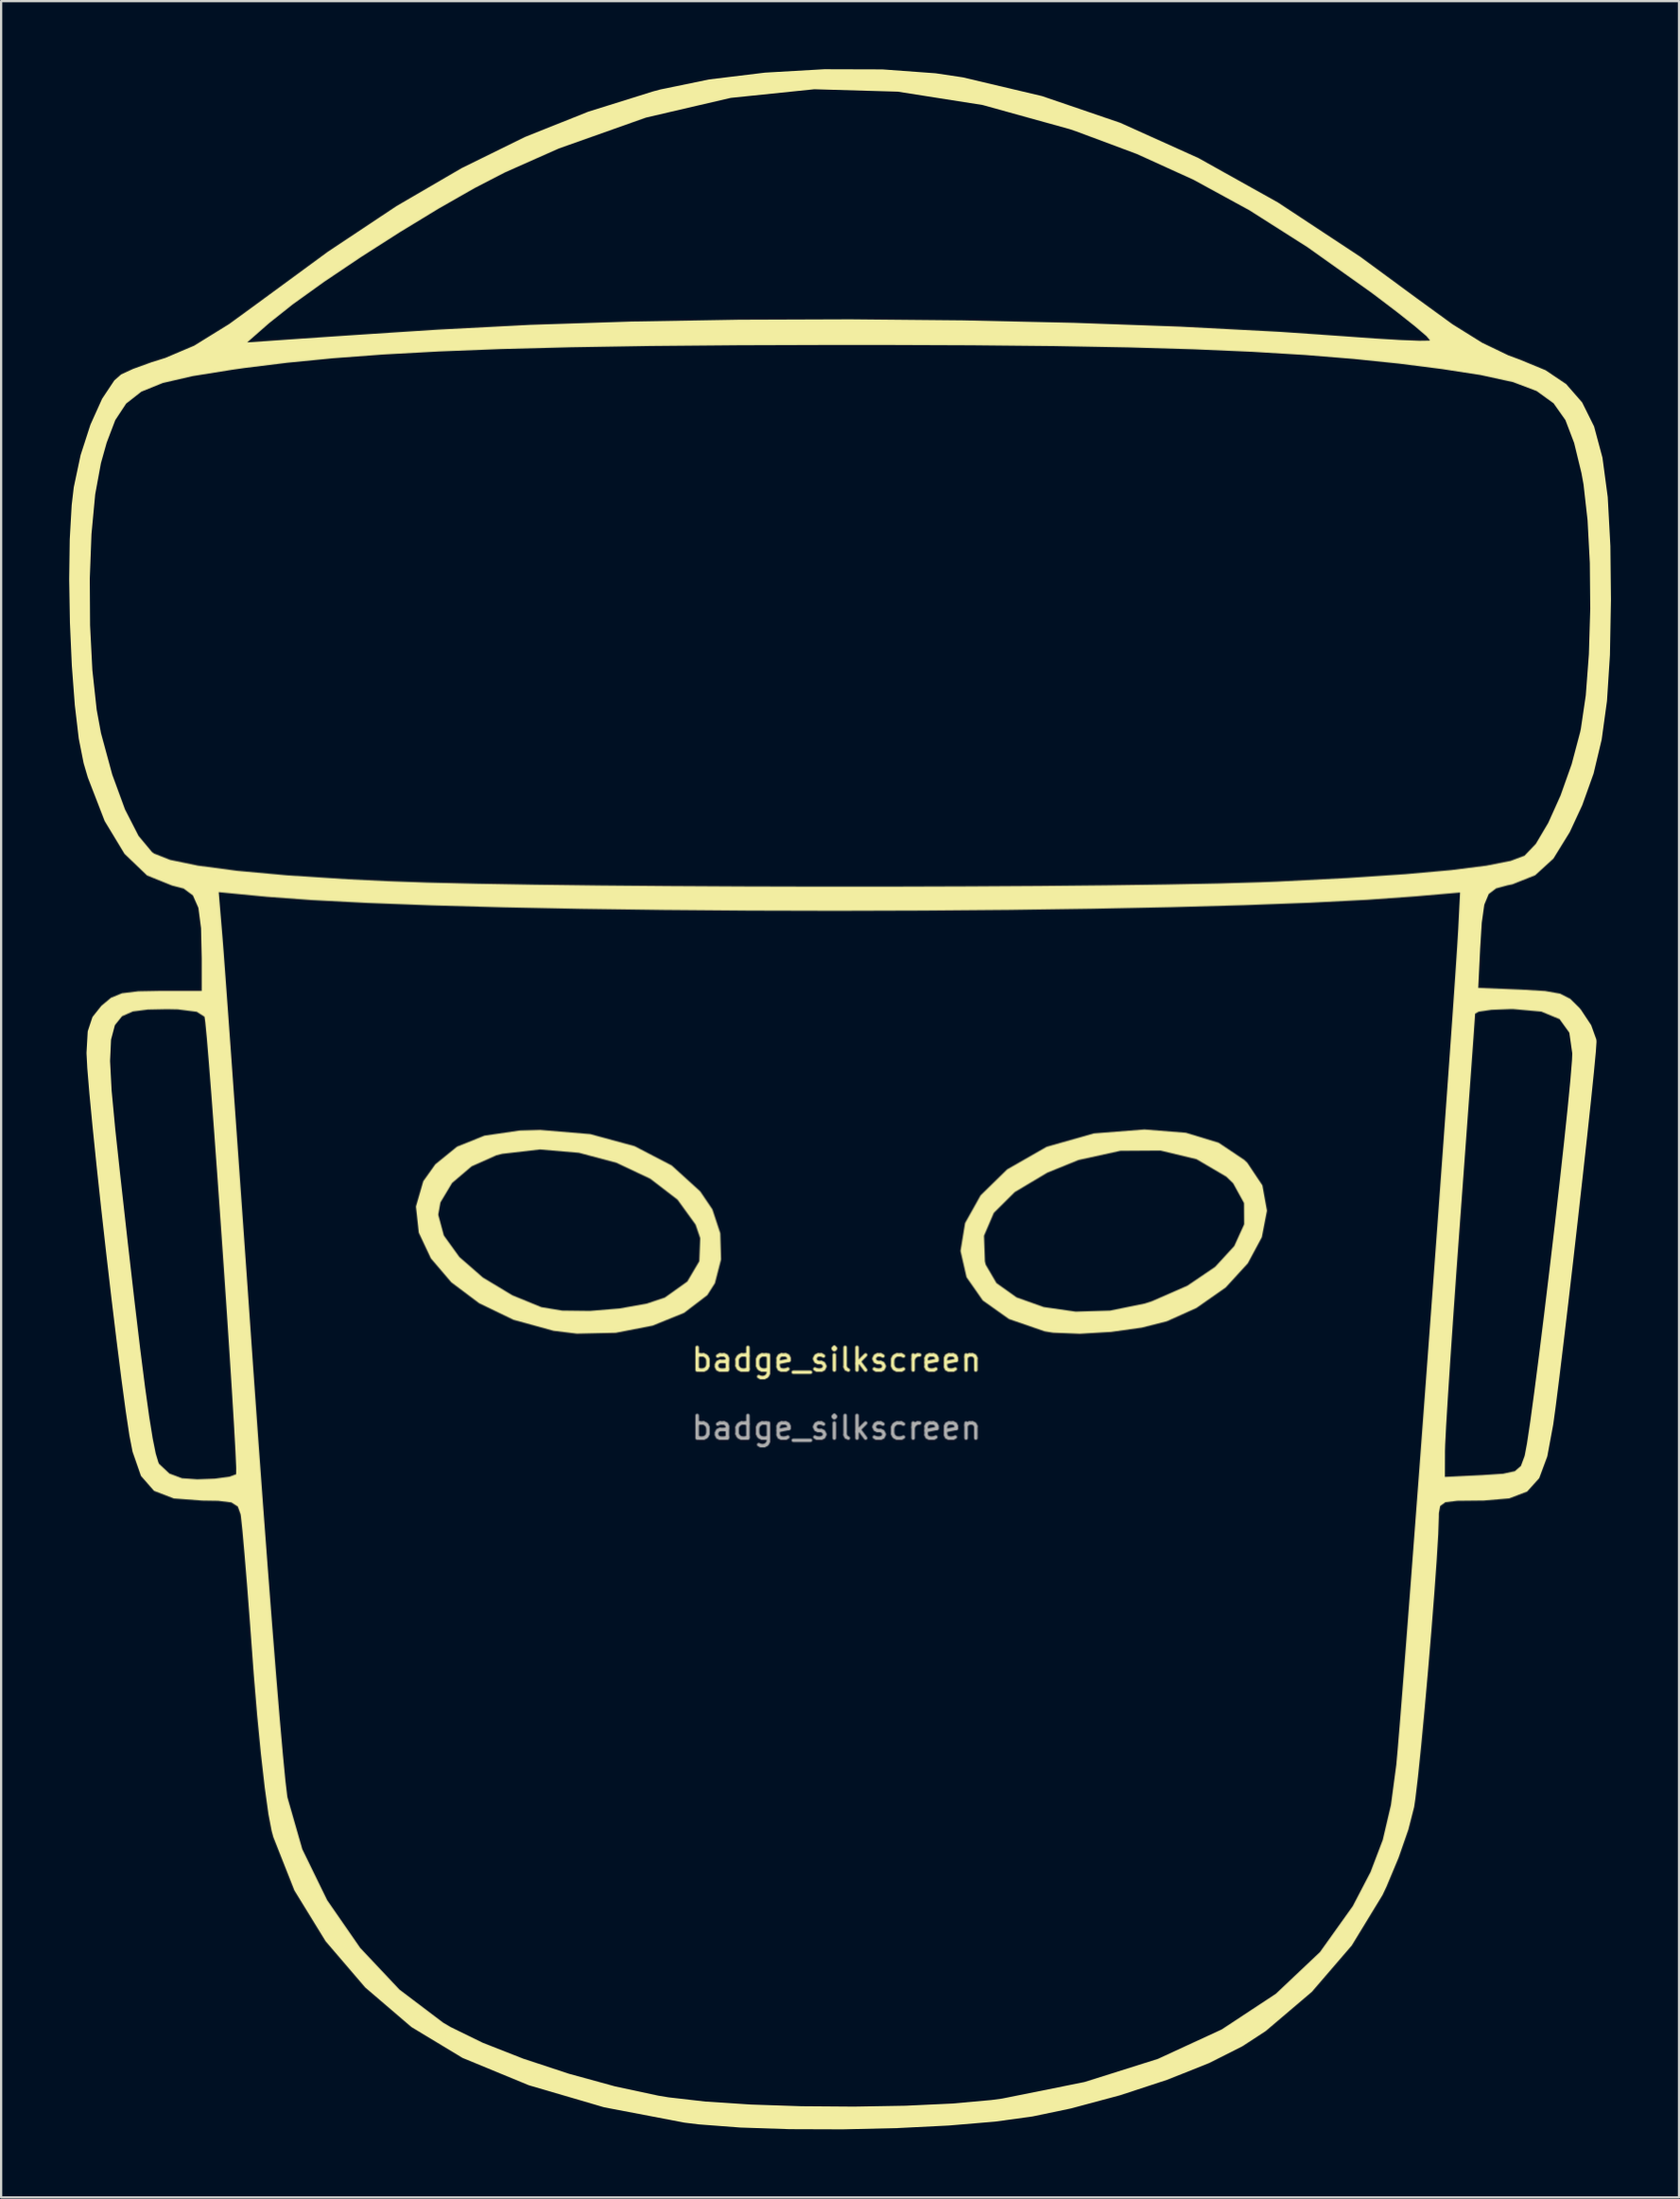
<source format=kicad_pcb>
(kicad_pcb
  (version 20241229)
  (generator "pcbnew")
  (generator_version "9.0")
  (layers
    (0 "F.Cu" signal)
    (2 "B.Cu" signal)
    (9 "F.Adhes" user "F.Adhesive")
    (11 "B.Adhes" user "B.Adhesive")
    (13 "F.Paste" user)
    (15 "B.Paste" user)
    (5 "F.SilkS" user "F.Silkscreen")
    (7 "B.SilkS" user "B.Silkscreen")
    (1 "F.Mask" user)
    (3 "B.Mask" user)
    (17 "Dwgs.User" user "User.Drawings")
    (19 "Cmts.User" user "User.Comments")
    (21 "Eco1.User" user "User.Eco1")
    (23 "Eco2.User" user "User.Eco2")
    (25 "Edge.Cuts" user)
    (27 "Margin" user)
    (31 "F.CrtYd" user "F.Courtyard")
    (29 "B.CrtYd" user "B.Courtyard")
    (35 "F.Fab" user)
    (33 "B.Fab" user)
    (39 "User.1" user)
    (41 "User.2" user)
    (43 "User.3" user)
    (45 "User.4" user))
  (footprint "badge_silkscreen"
    (layer "F.Cu")
    (at 33.828 57.365)
    (property "Reference" "badge_silkscreen" (at 0 -0.5 0) (unlocked yes) (layer "F.SilkS") (effects (font (size 1 1) (thickness 0.15))))
    (attr smd)
    (fp_poly (pts (xy 15.406 -10.502) (xy 16.846 -10.064) (xy 17.977 -9.309) (xy 18.115 -9.177) (xy 18.779 -8.184) (xy 18.981 -7.069) (xy 18.755 -5.9) (xy 18.137 -4.75) (xy 17.163 -3.686) (xy 15.869 -2.78) (xy 14.567 -2.195) (xy 13.463 -1.915) (xy 12.108 -1.726) (xy 10.726 -1.645) (xy 9.544 -1.692) (xy 9.178 -1.751) (xy 7.606 -2.293) (xy 6.452 -3.111) (xy 5.735 -4.135) (xy 5.469 -5.295) (xy 5.579 -5.964) (xy 6.506 -5.964) (xy 6.545 -4.834) (xy 6.581 -4.687) (xy 7.055 -3.877) (xy 7.939 -3.248) (xy 9.136 -2.822) (xy 10.544 -2.621) (xy 12.065 -2.666) (xy 13.6 -2.979) (xy 13.905 -3.078) (xy 15.473 -3.764) (xy 16.695 -4.593) (xy 17.539 -5.511) (xy 17.974 -6.466) (xy 17.968 -7.405) (xy 17.49 -8.274) (xy 17.187 -8.567) (xy 15.873 -9.337) (xy 14.286 -9.717) (xy 12.519 -9.706) (xy 10.67 -9.301) (xy 9.294 -8.742) (xy 7.859 -7.887) (xy 6.937 -6.971) (xy 6.506 -5.964) (xy 5.579 -5.964) (xy 5.671 -6.523) (xy 6.357 -7.748) (xy 7.525 -8.888) (xy 9.269 -9.885) (xy 11.345 -10.473) (xy 13.579 -10.647)) (stroke (width 0) (type solid)) (fill yes) (layer "F.SilkS"))
    (fp_poly (pts (xy -10.852 -10.442) (xy -8.899 -9.911) (xy -7.264 -9.061) (xy -6.008 -7.92) (xy -5.471 -7.127) (xy -5.122 -6.072) (xy -5.089 -4.918) (xy -5.36 -3.871) (xy -5.696 -3.345) (xy -6.718 -2.565) (xy -8.107 -2.002) (xy -9.729 -1.687) (xy -11.45 -1.65) (xy -12.478 -1.776) (xy -14.24 -2.26) (xy -15.755 -2.991) (xy -16.982 -3.912) (xy -17.883 -4.967) (xy -18.416 -6.099) (xy -18.502 -6.89) (xy -17.558 -6.89) (xy -17.311 -5.975) (xy -16.627 -5.028) (xy -15.591 -4.124) (xy -14.29 -3.341) (xy -13.013 -2.818) (xy -12.093 -2.666) (xy -10.871 -2.652) (xy -9.557 -2.76) (xy -8.362 -2.974) (xy -7.566 -3.241) (xy -6.577 -3.946) (xy -6.048 -4.842) (xy -6.009 -5.859) (xy -6.212 -6.455) (xy -7.008 -7.554) (xy -8.207 -8.474) (xy -9.694 -9.176) (xy -11.354 -9.619) (xy -13.073 -9.765) (xy -14.738 -9.573) (xy -14.997 -9.507) (xy -16.087 -9.021) (xy -16.948 -8.289) (xy -17.463 -7.429) (xy -17.558 -6.89) (xy -18.502 -6.89) (xy -18.542 -7.251) (xy -18.219 -8.366) (xy -17.686 -9.113) (xy -16.728 -9.89) (xy -15.52 -10.375) (xy -13.964 -10.601) (xy -13.06 -10.626)) (stroke (width 0) (type solid)) (fill yes) (layer "F.SilkS"))
    (fp_poly (pts (xy 2.025 -57.358) (xy 4.372 -57.186) (xy 5.569 -57.007) (xy 9.068 -56.18) (xy 12.509 -55.005) (xy 15.954 -53.454) (xy 19.463 -51.495) (xy 23.096 -49.101) (xy 25.591 -47.268) (xy 27.157 -46.13) (xy 28.465 -45.315) (xy 29.624 -44.757) (xy 30.133 -44.57) (xy 31.261 -44.103) (xy 32.168 -43.494) (xy 32.874 -42.686) (xy 33.401 -41.625) (xy 33.77 -40.252) (xy 34.003 -38.513) (xy 34.12 -36.351) (xy 34.145 -33.998) (xy 34.1 -31.553) (xy 33.97 -29.531) (xy 33.736 -27.826) (xy 33.379 -26.33) (xy 32.88 -24.935) (xy 32.328 -23.748) (xy 31.609 -22.583) (xy 30.808 -21.851) (xy 29.805 -21.451) (xy 29.584 -21.405) (xy 29.082 -21.27) (xy 28.757 -21.022) (xy 28.562 -20.553) (xy 28.45 -19.756) (xy 28.38 -18.624) (xy 28.295 -16.886) (xy 30.22 -16.808) (xy 31.248 -16.747) (xy 31.904 -16.631) (xy 32.349 -16.405) (xy 32.745 -16.014) (xy 32.826 -15.918) (xy 33.273 -15.243) (xy 33.501 -14.613) (xy 33.509 -14.514) (xy 33.479 -14.069) (xy 33.394 -13.174) (xy 33.264 -11.913) (xy 33.098 -10.367) (xy 32.905 -8.618) (xy 32.696 -6.749) (xy 32.478 -4.841) (xy 32.261 -2.976) (xy 32.055 -1.238) (xy 31.869 0.293) (xy 31.712 1.535) (xy 31.601 2.348) (xy 31.339 3.76) (xy 30.982 4.719) (xy 30.45 5.309) (xy 29.661 5.61) (xy 28.536 5.705) (xy 28.307 5.707) (xy 27.37 5.716) (xy 26.846 5.779) (xy 26.616 5.946) (xy 26.559 6.267) (xy 26.557 6.442) (xy 26.532 7.183) (xy 26.462 8.342) (xy 26.357 9.809) (xy 26.227 11.472) (xy 26.08 13.221) (xy 25.927 14.944) (xy 25.777 16.53) (xy 25.639 17.869) (xy 25.522 18.85) (xy 25.469 19.209) (xy 25.215 20.203) (xy 24.783 21.444) (xy 24.254 22.709) (xy 24.076 23.086) (xy 22.721 25.307) (xy 20.961 27.351) (xy 18.926 29.08) (xy 17.899 29.75) (xy 16.427 30.492) (xy 14.575 31.23) (xy 12.492 31.913) (xy 10.331 32.491) (xy 8.644 32.844) (xy 6.992 33.07) (xy 4.952 33.242) (xy 2.665 33.356) (xy 0.276 33.411) (xy -2.074 33.403) (xy -4.241 33.331) (xy -6.082 33.191) (xy -6.707 33.114) (xy -10.245 32.439) (xy -13.567 31.467) (xy -16.489 30.262) (xy -18.74 28.904) (xy -20.778 27.16) (xy -22.524 25.123) (xy -23.9 22.885) (xy -24.828 20.538) (xy -24.903 20.265) (xy -25.045 19.525) (xy -25.207 18.357) (xy -25.377 16.867) (xy -25.543 15.159) (xy -25.694 13.341) (xy -25.734 12.8) (xy -25.863 11.047) (xy -25.986 9.446) (xy -26.098 8.084) (xy -26.19 7.047) (xy -26.256 6.423) (xy -26.273 6.308) (xy -26.395 5.968) (xy -26.678 5.788) (xy -27.26 5.717) (xy -27.955 5.707) (xy -29.216 5.613) (xy -30.088 5.278) (xy -30.664 4.619) (xy -31.035 3.554) (xy -31.175 2.832) (xy -31.335 1.767) (xy -31.527 0.343) (xy -31.741 -1.352) (xy -31.968 -3.228) (xy -32.197 -5.198) (xy -32.419 -7.173) (xy -32.623 -9.063) (xy -32.799 -10.781) (xy -32.938 -12.237) (xy -33.03 -13.343) (xy -33.047 -13.667) (xy -32.026 -13.667) (xy -31.958 -12.366) (xy -31.796 -10.645) (xy -31.587 -8.721) (xy -31.245 -5.659) (xy -30.95 -3.092) (xy -30.698 -0.982) (xy -30.483 0.708) (xy -30.3 2.016) (xy -30.145 2.98) (xy -30.012 3.636) (xy -29.896 4.022) (xy -29.864 4.09) (xy -29.408 4.515) (xy -28.855 4.722) (xy -28.184 4.769) (xy -27.412 4.741) (xy -26.761 4.654) (xy -26.469 4.546) (xy -26.466 4.27) (xy -26.499 3.532) (xy -26.562 2.403) (xy -26.65 0.955) (xy -26.758 -0.74) (xy -26.881 -2.612) (xy -27.015 -4.59) (xy -27.155 -6.6) (xy -27.295 -8.573) (xy -27.43 -10.437) (xy -27.556 -12.121) (xy -27.668 -13.553) (xy -27.76 -14.662) (xy -27.829 -15.376) (xy -27.863 -15.616) (xy -28.205 -15.832) (xy -29.036 -15.937) (xy -29.515 -15.946) (xy -30.365 -15.93) (xy -31.02 -15.846) (xy -31.497 -15.637) (xy -31.813 -15.244) (xy -31.983 -14.606) (xy -32.026 -13.667) (xy -33.047 -13.667) (xy -33.065 -14.01) (xy -33.065 -14.024) (xy -33.011 -14.971) (xy -32.802 -15.603) (xy -32.41 -16.096) (xy -31.986 -16.45) (xy -31.499 -16.649) (xy -30.783 -16.736) (xy -29.87 -16.752) (xy -27.986 -16.752) (xy -27.986 -18.189) (xy -28.016 -19.52) (xy -28.133 -20.413) (xy -28.375 -20.962) (xy -28.567 -21.104) (xy -27.236 -21.104) (xy -27.071 -19.129) (xy -27.023 -18.516) (xy -26.942 -17.421) (xy -26.831 -15.897) (xy -26.694 -13.993) (xy -26.535 -11.764) (xy -26.357 -9.259) (xy -26.164 -6.531) (xy -25.96 -3.632) (xy -25.749 -0.613) (xy -25.709 -0.042) (xy -25.494 2.985) (xy -25.282 5.895) (xy -25.077 8.636) (xy -24.883 11.159) (xy -24.704 13.412) (xy -24.544 15.345) (xy -24.406 16.908) (xy -24.296 18.048) (xy -24.217 18.715) (xy -24.205 18.788) (xy -23.552 21.065) (xy -22.455 23.313) (xy -20.999 25.415) (xy -19.267 27.253) (xy -17.342 28.709) (xy -17.008 28.906) (xy -15.586 29.6) (xy -13.795 30.302) (xy -11.8 30.959) (xy -9.763 31.518) (xy -7.849 31.928) (xy -7.398 32.002) (xy -5.772 32.188) (xy -3.772 32.318) (xy -1.541 32.392) (xy 0.778 32.409) (xy 3.042 32.37) (xy 5.108 32.274) (xy 6.834 32.119) (xy 7.307 32.055) (xy 10.936 31.326) (xy 14.167 30.308) (xy 16.985 29.009) (xy 19.373 27.436) (xy 21.318 25.598) (xy 22.766 23.57) (xy 23.548 22.069) (xy 24.086 20.655) (xy 24.446 19.118) (xy 24.682 17.348) (xy 24.742 16.685) (xy 24.836 15.546) (xy 24.959 13.991) (xy 25.108 12.078) (xy 25.278 9.866) (xy 25.464 7.414) (xy 25.663 4.779) (xy 25.672 4.663) (xy 26.825 4.663) (xy 28.478 4.583) (xy 29.39 4.523) (xy 29.908 4.411) (xy 30.175 4.18) (xy 30.33 3.763) (xy 30.347 3.701) (xy 30.443 3.19) (xy 30.587 2.231) (xy 30.767 0.906) (xy 30.974 -0.7) (xy 31.199 -2.505) (xy 31.431 -4.425) (xy 31.661 -6.376) (xy 31.878 -8.276) (xy 32.073 -10.042) (xy 32.236 -11.589) (xy 32.357 -12.834) (xy 32.427 -13.695) (xy 32.439 -14) (xy 32.31 -14.912) (xy 31.878 -15.51) (xy 31.077 -15.84) (xy 29.841 -15.95) (xy 29.706 -15.95) (xy 28.877 -15.919) (xy 28.315 -15.837) (xy 28.157 -15.75) (xy 28.137 -15.444) (xy 28.083 -14.669) (xy 27.998 -13.488) (xy 27.887 -11.963) (xy 27.755 -10.159) (xy 27.607 -8.139) (xy 27.493 -6.592) (xy 27.334 -4.404) (xy 27.189 -2.339) (xy 27.062 -0.472) (xy 26.958 1.127) (xy 26.881 2.384) (xy 26.838 3.226) (xy 26.829 3.514) (xy 26.825 4.663) (xy 25.672 4.663) (xy 25.869 2.021) (xy 26.079 -0.802) (xy 26.289 -3.632) (xy 26.493 -6.41) (xy 26.687 -9.077) (xy 26.868 -11.574) (xy 27.031 -13.845) (xy 27.171 -15.828) (xy 27.284 -17.467) (xy 27.366 -18.703) (xy 27.413 -19.477) (xy 27.415 -19.522) (xy 27.493 -21.088) (xy 25.488 -20.916) (xy 23.41 -20.768) (xy 20.886 -20.639) (xy 17.981 -20.531) (xy 14.758 -20.442) (xy 11.284 -20.373) (xy 7.621 -20.323) (xy 3.836 -20.293) (xy -0.008 -20.282) (xy -3.846 -20.291) (xy -7.613 -20.32) (xy -11.244 -20.368) (xy -14.676 -20.435) (xy -17.843 -20.522) (xy -20.68 -20.629) (xy -23.124 -20.755) (xy -25.11 -20.9) (xy -25.405 -20.928) (xy -27.236 -21.104) (xy -28.567 -21.104) (xy -28.782 -21.263) (xy -29.295 -21.396) (xy -30.396 -21.84) (xy -31.39 -22.793) (xy -32.265 -24.239) (xy -33.007 -26.158) (xy -33.193 -26.79) (xy -33.406 -27.867) (xy -33.58 -29.345) (xy -33.712 -31.094) (xy -33.796 -32.981) (xy -33.828 -34.875) (xy -33.828 -34.91) (xy -32.92 -34.91) (xy -32.907 -32.86) (xy -32.806 -30.885) (xy -32.616 -29.138) (xy -32.427 -28.115) (xy -31.929 -26.281) (xy -31.366 -24.747) (xy -30.772 -23.586) (xy -30.178 -22.873) (xy -30.082 -22.804) (xy -29.378 -22.527) (xy -28.155 -22.274) (xy -26.429 -22.046) (xy -24.215 -21.845) (xy -21.528 -21.673) (xy -19.776 -21.588) (xy -18.05 -21.527) (xy -15.875 -21.476) (xy -13.323 -21.433) (xy -10.467 -21.398) (xy -7.381 -21.373) (xy -4.137 -21.356) (xy -0.809 -21.348) (xy 2.531 -21.349) (xy 5.81 -21.359) (xy 8.955 -21.377) (xy 11.892 -21.405) (xy 14.55 -21.442) (xy 16.854 -21.487) (xy 18.732 -21.542) (xy 19.472 -21.571) (xy 22.532 -21.728) (xy 25.071 -21.896) (xy 27.107 -22.077) (xy 28.653 -22.272) (xy 29.724 -22.483) (xy 30.335 -22.711) (xy 30.833 -23.233) (xy 31.381 -24.158) (xy 31.925 -25.368) (xy 32.412 -26.741) (xy 32.788 -28.158) (xy 32.819 -28.305) (xy 33.035 -29.774) (xy 33.172 -31.589) (xy 33.232 -33.588) (xy 33.213 -35.609) (xy 33.114 -37.49) (xy 32.936 -39.069) (xy 32.844 -39.574) (xy 32.521 -40.9) (xy 32.138 -41.905) (xy 31.614 -42.646) (xy 30.87 -43.185) (xy 29.826 -43.58) (xy 28.401 -43.891) (xy 26.691 -44.154) (xy 24.791 -44.396) (xy 22.799 -44.601) (xy 20.664 -44.774) (xy 18.331 -44.914) (xy 15.749 -45.025) (xy 12.864 -45.109) (xy 9.624 -45.167) (xy 5.976 -45.202) (xy 1.868 -45.217) (xy 0.088 -45.217) (xy -4.31 -45.204) (xy -8.222 -45.171) (xy -11.697 -45.115) (xy -14.783 -45.036) (xy -17.53 -44.929) (xy -19.987 -44.795) (xy -22.201 -44.63) (xy -24.222 -44.432) (xy -26.098 -44.2) (xy -26.636 -44.124) (xy -28.391 -43.843) (xy -29.699 -43.541) (xy -30.645 -43.158) (xy -31.316 -42.633) (xy -31.797 -41.904) (xy -32.175 -40.91) (xy -32.428 -40.01) (xy -32.681 -38.636) (xy -32.845 -36.886) (xy -32.92 -34.91) (xy -33.828 -34.91) (xy -33.804 -36.644) (xy -33.718 -38.157) (xy -33.626 -38.944) (xy -33.325 -40.364) (xy -32.89 -41.707) (xy -32.377 -42.845) (xy -31.839 -43.653) (xy -31.536 -43.92) (xy -31.016 -44.159) (xy -30.195 -44.457) (xy -29.587 -44.647) (xy -28.317 -45.186) (xy -28.086 -45.329) (xy -25.981 -45.329) (xy -23.708 -45.487) (xy -22.564 -45.565) (xy -21.069 -45.665) (xy -19.407 -45.774) (xy -17.762 -45.88) (xy -17.558 -45.893) (xy -13.51 -46.103) (xy -9.051 -46.248) (xy -4.303 -46.329) (xy 0.613 -46.346) (xy 5.577 -46.3) (xy 10.468 -46.192) (xy 15.165 -46.024) (xy 19.547 -45.795) (xy 22.367 -45.6) (xy 23.712 -45.503) (xy 24.854 -45.435) (xy 25.694 -45.402) (xy 26.131 -45.408) (xy 26.169 -45.418) (xy 26.008 -45.607) (xy 25.492 -46.048) (xy 24.697 -46.677) (xy 23.702 -47.432) (xy 23.542 -47.55) (xy 20.767 -49.522) (xy 18.208 -51.148) (xy 15.74 -52.495) (xy 13.238 -53.632) (xy 10.578 -54.624) (xy 10.28 -54.725) (xy 6.44 -55.789) (xy 2.705 -56.376) (xy -0.979 -56.482) (xy -4.662 -56.103) (xy -8.399 -55.234) (xy -12.242 -53.872) (xy -14.617 -52.818) (xy -15.946 -52.132) (xy -17.527 -51.231) (xy -19.24 -50.19) (xy -20.966 -49.087) (xy -22.584 -48) (xy -23.973 -47.003) (xy -25.014 -46.176) (xy -25.045 -46.149) (xy -25.981 -45.329) (xy -28.086 -45.329) (xy -26.772 -46.141) (xy -25.713 -46.913) (xy -22.435 -49.317) (xy -19.399 -51.335) (xy -16.525 -53.008) (xy -13.734 -54.38) (xy -10.949 -55.492) (xy -8.089 -56.386) (xy -7.768 -56.472) (xy -5.619 -56.915) (xy -3.15 -57.215) (xy -0.543 -57.365)) (stroke (width 0) (type solid)) (fill yes) (layer "F.SilkS"))
    (fp_text user "${REFERENCE}" (at 0 2.5 0) (unlocked yes) (layer "F.Fab") (effects (font (size 1 1) (thickness 0.15)))))
  (gr_rect
    (start -3 -3)
    (end 70.973 93.776)
    (stroke (width 0.1) (type default))
    (fill no)
    (layer "Edge.Cuts")))
</source>
